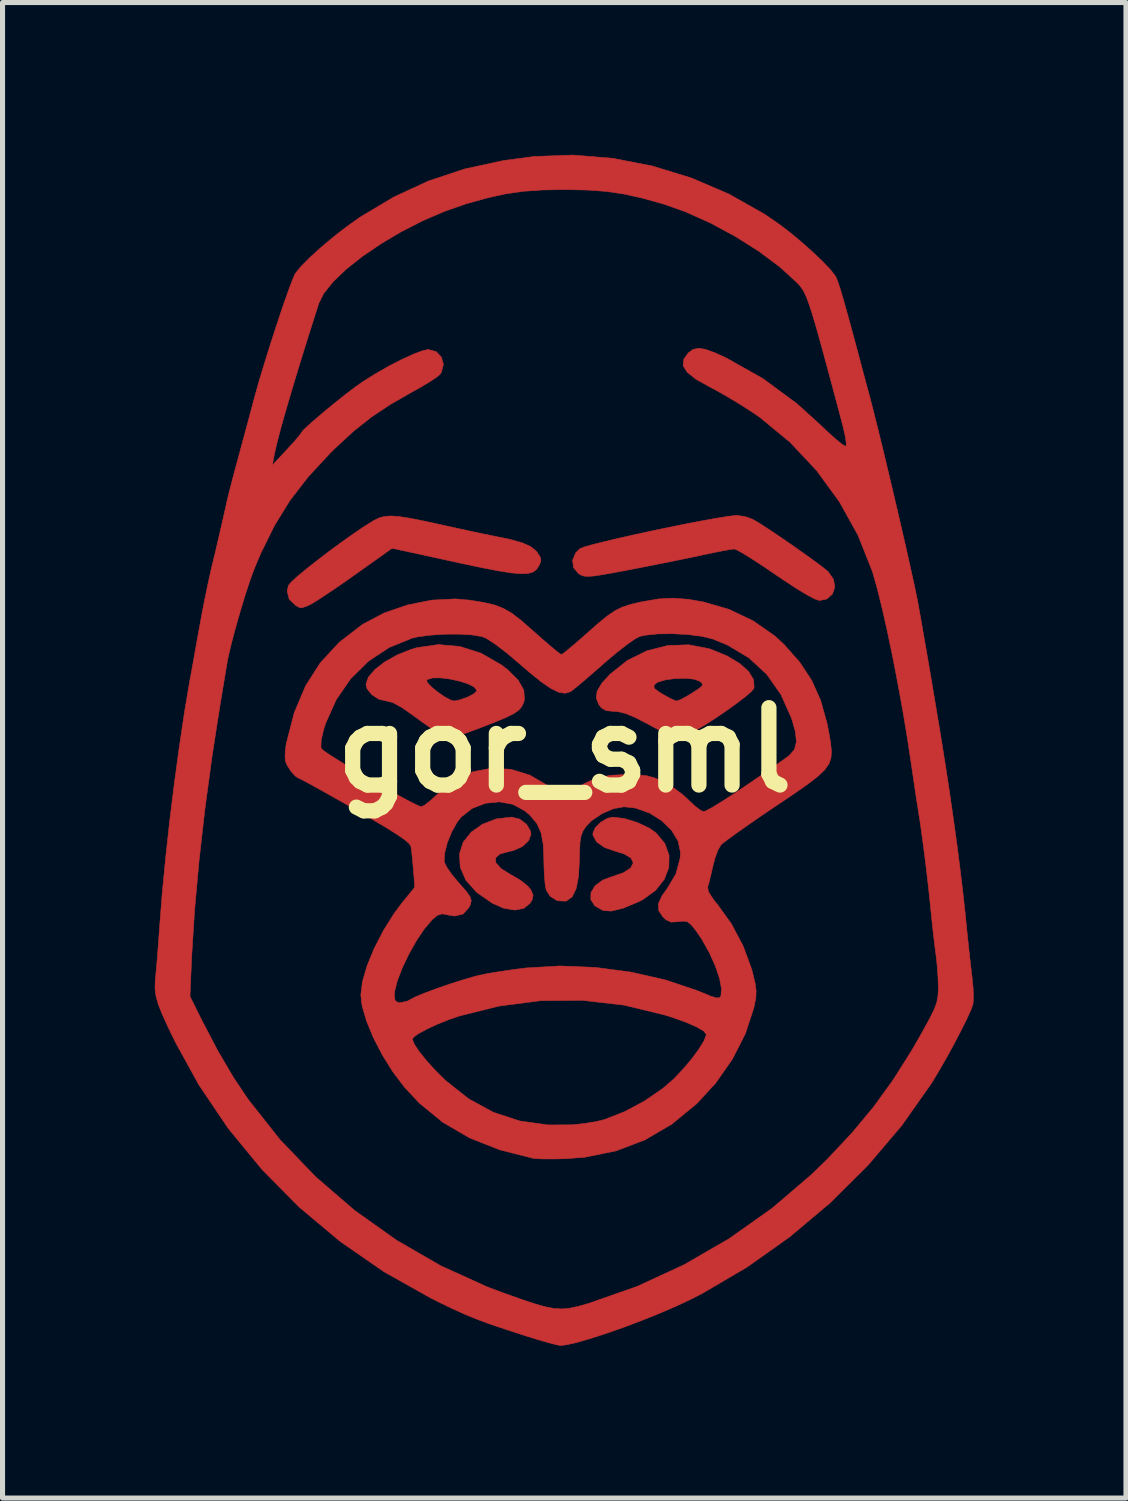
<source format=kicad_pcb>
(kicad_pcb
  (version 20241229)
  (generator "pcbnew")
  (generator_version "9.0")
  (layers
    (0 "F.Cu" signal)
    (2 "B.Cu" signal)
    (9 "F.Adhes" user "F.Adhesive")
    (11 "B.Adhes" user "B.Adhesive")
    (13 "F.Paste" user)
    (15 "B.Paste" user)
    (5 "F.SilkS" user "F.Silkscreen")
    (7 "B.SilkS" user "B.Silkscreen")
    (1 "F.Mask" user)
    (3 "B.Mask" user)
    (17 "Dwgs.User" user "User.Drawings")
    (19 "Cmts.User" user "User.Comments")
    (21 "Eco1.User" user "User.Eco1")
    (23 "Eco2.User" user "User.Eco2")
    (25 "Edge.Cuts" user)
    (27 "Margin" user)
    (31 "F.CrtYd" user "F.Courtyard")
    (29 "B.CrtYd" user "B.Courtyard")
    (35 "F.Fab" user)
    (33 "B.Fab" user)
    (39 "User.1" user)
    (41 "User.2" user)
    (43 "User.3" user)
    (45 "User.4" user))
  (footprint "gor_sml"
    (layer "F.Cu")
    (at 8.072 11.728)
    (property "Reference" "gor_sml" (at 0 0 0) (layer "F.SilkS") (effects (font (size 1.524 1.524) (thickness 0.3))))
    (attr through_hole)
    (fp_poly (pts (xy -0.883 1.361) (xy -0.748 1.463) (xy -0.669 1.597) (xy -0.66 1.658) (xy -0.707 1.787) (xy -0.83 1.901) (xy -1.005 1.98) (xy -1.088 1.998) (xy -1.271 2.048) (xy -1.359 2.125) (xy -1.352 2.222) (xy -1.25 2.335) (xy -1.055 2.458) (xy -1.028 2.471) (xy -0.861 2.571) (xy -0.726 2.678) (xy -0.665 2.75) (xy -0.619 2.856) (xy -0.634 2.943) (xy -0.677 3.017) (xy -0.802 3.12) (xy -0.982 3.153) (xy -1.2 3.116) (xy -1.422 3.018) (xy -1.731 2.803) (xy -1.942 2.567) (xy -2.054 2.309) (xy -2.069 2.044) (xy -1.995 1.815) (xy -1.837 1.617) (xy -1.614 1.46) (xy -1.343 1.357) (xy -1.041 1.321) (xy -0.883 1.361)) (stroke (width 0.01) (type solid)) (fill yes) (layer "F.Cu"))
    (fp_poly (pts (xy 1.185 1.351) (xy 1.441 1.43) (xy 1.674 1.541) (xy 1.801 1.63) (xy 1.977 1.841) (xy 2.061 2.074) (xy 2.056 2.314) (xy 1.966 2.549) (xy 1.795 2.764) (xy 1.546 2.945) (xy 1.463 2.988) (xy 1.159 3.115) (xy 0.923 3.173) (xy 0.762 3.162) (xy 0.598 3.07) (xy 0.519 2.947) (xy 0.522 2.81) (xy 0.6 2.677) (xy 0.752 2.563) (xy 0.928 2.497) (xy 1.162 2.417) (xy 1.305 2.323) (xy 1.355 2.224) (xy 1.311 2.128) (xy 1.172 2.045) (xy 1.011 1.997) (xy 0.79 1.921) (xy 0.635 1.811) (xy 0.562 1.681) (xy 0.559 1.643) (xy 0.602 1.535) (xy 0.708 1.427) (xy 0.843 1.346) (xy 0.954 1.321) (xy 1.185 1.351)) (stroke (width 0.01) (type solid)) (fill yes) (layer "F.Cu"))
    (fp_poly (pts (xy -3.249 -4.599) (xy -3.032 -4.565) (xy -2.745 -4.507) (xy -2.429 -4.438) (xy -2.133 -4.373) (xy -1.854 -4.312) (xy -1.615 -4.261) (xy -1.438 -4.225) (xy -1.372 -4.212) (xy -1.058 -4.147) (xy -0.829 -4.082) (xy -0.671 -4.011) (xy -0.565 -3.927) (xy -0.539 -3.897) (xy -0.472 -3.792) (xy -0.466 -3.713) (xy -0.511 -3.617) (xy -0.559 -3.551) (xy -0.627 -3.504) (xy -0.724 -3.479) (xy -0.862 -3.474) (xy -1.052 -3.491) (xy -1.305 -3.531) (xy -1.631 -3.594) (xy -2.041 -3.68) (xy -2.186 -3.712) (xy -3.397 -3.976) (xy -4.153 -3.438) (xy -4.404 -3.262) (xy -4.636 -3.104) (xy -4.833 -2.974) (xy -4.977 -2.885) (xy -5.049 -2.847) (xy -5.151 -2.809) (xy -5.205 -2.802) (xy -5.259 -2.827) (xy -5.295 -2.849) (xy -5.424 -2.972) (xy -5.464 -3.131) (xy -5.439 -3.243) (xy -5.382 -3.311) (xy -5.258 -3.424) (xy -5.08 -3.571) (xy -4.865 -3.741) (xy -4.629 -3.921) (xy -4.385 -4.1) (xy -4.15 -4.267) (xy -3.94 -4.409) (xy -3.769 -4.515) (xy -3.739 -4.532) (xy -3.642 -4.577) (xy -3.539 -4.604) (xy -3.413 -4.612) (xy -3.249 -4.599)) (stroke (width 0.01) (type solid)) (fill yes) (layer "F.Cu"))
    (fp_poly (pts (xy 3.567 -4.598) (xy 3.707 -4.547) (xy 3.824 -4.479) (xy 4 -4.365) (xy 4.216 -4.221) (xy 4.451 -4.06) (xy 4.686 -3.895) (xy 4.899 -3.742) (xy 5.072 -3.614) (xy 5.183 -3.525) (xy 5.194 -3.515) (xy 5.3 -3.365) (xy 5.326 -3.209) (xy 5.279 -3.072) (xy 5.167 -2.976) (xy 5.023 -2.946) (xy 4.933 -2.976) (xy 4.774 -3.06) (xy 4.555 -3.193) (xy 4.289 -3.368) (xy 4.163 -3.454) (xy 3.92 -3.619) (xy 3.701 -3.762) (xy 3.522 -3.873) (xy 3.398 -3.942) (xy 3.348 -3.962) (xy 3.267 -3.952) (xy 3.111 -3.924) (xy 2.904 -3.882) (xy 2.713 -3.842) (xy 2.465 -3.789) (xy 2.151 -3.725) (xy 1.802 -3.655) (xy 1.452 -3.586) (xy 1.286 -3.554) (xy 0.97 -3.495) (xy 0.738 -3.453) (xy 0.574 -3.429) (xy 0.461 -3.421) (xy 0.385 -3.427) (xy 0.328 -3.446) (xy 0.279 -3.475) (xy 0.179 -3.592) (xy 0.16 -3.739) (xy 0.221 -3.885) (xy 0.305 -3.968) (xy 0.384 -4) (xy 0.547 -4.046) (xy 0.779 -4.105) (xy 1.064 -4.172) (xy 1.386 -4.245) (xy 1.73 -4.319) (xy 2.08 -4.392) (xy 2.421 -4.461) (xy 2.736 -4.521) (xy 3.01 -4.57) (xy 3.228 -4.605) (xy 3.374 -4.622) (xy 3.402 -4.623) (xy 3.567 -4.598)) (stroke (width 0.01) (type solid)) (fill yes) (layer "F.Cu"))
    (fp_poly (pts (xy 2.857 -1.995) (xy 2.887 -1.985) (xy 3.198 -1.857) (xy 3.448 -1.708) (xy 3.628 -1.548) (xy 3.727 -1.385) (xy 3.736 -1.228) (xy 3.733 -1.215) (xy 3.68 -1.151) (xy 3.559 -1.047) (xy 3.388 -0.917) (xy 3.188 -0.773) (xy 2.975 -0.628) (xy 2.769 -0.496) (xy 2.59 -0.39) (xy 2.46 -0.325) (xy 2.338 -0.28) (xy 2.232 -0.264) (xy 2.119 -0.282) (xy 1.976 -0.338) (xy 1.779 -0.438) (xy 1.651 -0.508) (xy 1.399 -0.639) (xy 1.208 -0.719) (xy 1.055 -0.756) (xy 0.979 -0.761) (xy 0.824 -0.776) (xy 0.729 -0.829) (xy 0.681 -0.889) (xy 0.626 -1.023) (xy 0.644 -1.163) (xy 0.701 -1.257) (xy 1.758 -1.257) (xy 1.778 -1.208) (xy 1.866 -1.142) (xy 1.938 -1.099) (xy 2.075 -1.022) (xy 2.18 -0.974) (xy 2.213 -0.966) (xy 2.282 -0.991) (xy 2.405 -1.057) (xy 2.515 -1.123) (xy 2.653 -1.213) (xy 2.715 -1.269) (xy 2.715 -1.311) (xy 2.665 -1.356) (xy 2.665 -1.356) (xy 2.552 -1.397) (xy 2.377 -1.413) (xy 2.177 -1.408) (xy 1.987 -1.382) (xy 1.842 -1.339) (xy 1.794 -1.308) (xy 1.758 -1.257) (xy 0.701 -1.257) (xy 0.741 -1.323) (xy 0.899 -1.495) (xy 1.24 -1.766) (xy 1.623 -1.955) (xy 2.032 -2.059) (xy 2.448 -2.074) (xy 2.857 -1.995)) (stroke (width 0.01) (type solid)) (fill yes) (layer "F.Cu"))
    (fp_poly (pts (xy -2.059 -2.04) (xy -1.643 -1.907) (xy -1.247 -1.68) (xy -1.126 -1.588) (xy -0.913 -1.378) (xy -0.801 -1.179) (xy -0.789 -0.988) (xy -0.81 -0.922) (xy -0.848 -0.847) (xy -0.906 -0.782) (xy -0.998 -0.719) (xy -1.138 -0.648) (xy -1.343 -0.562) (xy -1.626 -0.451) (xy -1.673 -0.433) (xy -1.916 -0.343) (xy -2.088 -0.288) (xy -2.211 -0.265) (xy -2.31 -0.27) (xy -2.407 -0.299) (xy -2.427 -0.307) (xy -2.516 -0.356) (xy -2.661 -0.452) (xy -2.839 -0.578) (xy -2.949 -0.659) (xy -3.198 -0.834) (xy -3.384 -0.936) (xy -3.5 -0.965) (xy -3.656 -1.001) (xy -3.797 -1.091) (xy -3.891 -1.21) (xy -3.912 -1.292) (xy -3.885 -1.373) (xy -2.717 -1.373) (xy -2.696 -1.321) (xy -2.613 -1.236) (xy -2.493 -1.139) (xy -2.362 -1.049) (xy -2.245 -0.986) (xy -2.178 -0.966) (xy -2.079 -0.984) (xy -1.94 -1.031) (xy -1.911 -1.042) (xy -1.794 -1.103) (xy -1.731 -1.16) (xy -1.727 -1.172) (xy -1.774 -1.238) (xy -1.895 -1.302) (xy -2.065 -1.357) (xy -2.257 -1.399) (xy -2.445 -1.422) (xy -2.602 -1.42) (xy -2.702 -1.389) (xy -2.717 -1.373) (xy -3.885 -1.373) (xy -3.865 -1.434) (xy -3.736 -1.586) (xy -3.542 -1.736) (xy -3.299 -1.873) (xy -3.024 -1.983) (xy -2.908 -2.017) (xy -2.484 -2.078) (xy -2.059 -2.04)) (stroke (width 0.01) (type solid)) (fill yes) (layer "F.Cu"))
    (fp_poly (pts (xy 0.95 -11.659) (xy 1.733 -11.507) (xy 2.501 -11.271) (xy 3.239 -10.955) (xy 3.933 -10.563) (xy 4.206 -10.377) (xy 4.43 -10.208) (xy 4.663 -10.015) (xy 4.888 -9.815) (xy 5.088 -9.625) (xy 5.244 -9.46) (xy 5.338 -9.338) (xy 5.346 -9.325) (xy 5.377 -9.252) (xy 5.42 -9.127) (xy 5.476 -8.941) (xy 5.549 -8.685) (xy 5.641 -8.351) (xy 5.755 -7.929) (xy 5.79 -7.798) (xy 5.86 -7.535) (xy 5.93 -7.272) (xy 5.991 -7.047) (xy 6.021 -6.934) (xy 6.084 -6.693) (xy 6.162 -6.379) (xy 6.253 -6.011) (xy 6.351 -5.603) (xy 6.453 -5.173) (xy 6.556 -4.735) (xy 6.655 -4.307) (xy 6.747 -3.904) (xy 6.828 -3.542) (xy 6.895 -3.238) (xy 6.943 -3.008) (xy 6.96 -2.921) (xy 7.035 -2.502) (xy 7.117 -2.03) (xy 7.204 -1.528) (xy 7.29 -1.015) (xy 7.374 -0.515) (xy 7.45 -0.049) (xy 7.515 0.362) (xy 7.566 0.696) (xy 7.569 0.711) (xy 7.656 1.311) (xy 7.729 1.835) (xy 7.79 2.308) (xy 7.844 2.755) (xy 7.893 3.199) (xy 7.926 3.531) (xy 7.955 3.811) (xy 7.987 4.104) (xy 8.017 4.365) (xy 8.031 4.479) (xy 8.051 4.687) (xy 8.058 4.875) (xy 8.049 5.004) (xy 8.047 5.012) (xy 8.005 5.128) (xy 7.921 5.312) (xy 7.805 5.543) (xy 7.669 5.804) (xy 7.521 6.073) (xy 7.373 6.331) (xy 7.235 6.559) (xy 7.222 6.579) (xy 6.643 7.4) (xy 5.979 8.182) (xy 5.241 8.916) (xy 4.443 9.588) (xy 3.596 10.189) (xy 2.713 10.707) (xy 2.503 10.815) (xy 2.213 10.952) (xy 1.884 11.094) (xy 1.533 11.235) (xy 1.177 11.37) (xy 0.832 11.491) (xy 0.515 11.594) (xy 0.243 11.673) (xy 0.033 11.72) (xy -0.084 11.732) (xy -0.167 11.716) (xy -0.324 11.675) (xy -0.533 11.614) (xy -0.773 11.54) (xy -0.787 11.535) (xy -1.166 11.412) (xy -1.473 11.308) (xy -1.733 11.212) (xy -1.972 11.114) (xy -2.215 11.003) (xy -2.489 10.871) (xy -2.634 10.798) (xy -3.556 10.28) (xy -4.421 9.681) (xy -5.225 9.007) (xy -5.961 8.263) (xy -6.624 7.456) (xy -7.207 6.591) (xy -7.661 5.766) (xy -7.816 5.447) (xy -7.929 5.199) (xy -8.005 5.005) (xy -8.047 4.854) (xy -7.379 4.854) (xy -7.144 5.327) (xy -6.828 5.931) (xy -6.52 6.454) (xy -6.233 6.883) (xy -5.605 7.678) (xy -4.902 8.41) (xy -4.134 9.072) (xy -3.308 9.659) (xy -2.435 10.163) (xy -1.521 10.578) (xy -1.245 10.682) (xy -0.887 10.81) (xy -0.606 10.905) (xy -0.384 10.969) (xy -0.203 11.003) (xy -0.044 11.012) (xy 0.111 10.996) (xy 0.28 10.959) (xy 0.481 10.902) (xy 0.483 10.901) (xy 1.432 10.568) (xy 2.356 10.141) (xy 3.245 9.627) (xy 4.087 9.031) (xy 4.873 8.36) (xy 5.193 8.047) (xy 5.676 7.531) (xy 6.099 7.021) (xy 6.484 6.487) (xy 6.853 5.901) (xy 7.08 5.503) (xy 7.205 5.272) (xy 7.288 5.102) (xy 7.336 4.969) (xy 7.359 4.846) (xy 7.366 4.708) (xy 7.366 4.675) (xy 7.358 4.446) (xy 7.337 4.186) (xy 7.318 4.023) (xy 7.292 3.827) (xy 7.262 3.568) (xy 7.232 3.285) (xy 7.213 3.099) (xy 7.171 2.699) (xy 7.12 2.264) (xy 7.064 1.828) (xy 7.008 1.426) (xy 6.96 1.118) (xy 6.933 0.95) (xy 6.898 0.716) (xy 6.859 0.451) (xy 6.83 0.254) (xy 6.753 -0.254) (xy 6.664 -0.786) (xy 6.566 -1.323) (xy 6.464 -1.849) (xy 6.36 -2.346) (xy 6.258 -2.797) (xy 6.162 -3.185) (xy 6.075 -3.491) (xy 6.062 -3.531) (xy 5.784 -4.23) (xy 5.416 -4.893) (xy 4.968 -5.507) (xy 4.447 -6.062) (xy 3.864 -6.544) (xy 3.733 -6.636) (xy 3.487 -6.795) (xy 3.214 -6.96) (xy 2.959 -7.104) (xy 2.86 -7.156) (xy 2.591 -7.306) (xy 2.419 -7.443) (xy 2.339 -7.571) (xy 2.348 -7.697) (xy 2.438 -7.823) (xy 2.531 -7.892) (xy 2.639 -7.917) (xy 2.782 -7.894) (xy 2.977 -7.822) (xy 3.19 -7.724) (xy 3.906 -7.321) (xy 4.574 -6.829) (xy 5.003 -6.442) (xy 5.188 -6.266) (xy 5.348 -6.123) (xy 5.469 -6.025) (xy 5.538 -5.983) (xy 5.546 -5.983) (xy 5.552 -6.046) (xy 5.532 -6.181) (xy 5.492 -6.359) (xy 5.482 -6.401) (xy 5.33 -6.972) (xy 5.201 -7.453) (xy 5.093 -7.852) (xy 5.003 -8.179) (xy 4.927 -8.442) (xy 4.864 -8.649) (xy 4.811 -8.809) (xy 4.764 -8.931) (xy 4.722 -9.022) (xy 4.681 -9.091) (xy 4.638 -9.147) (xy 4.592 -9.199) (xy 4.58 -9.211) (xy 4.244 -9.518) (xy 3.833 -9.825) (xy 3.369 -10.118) (xy 2.879 -10.383) (xy 2.387 -10.604) (xy 1.949 -10.759) (xy 1.532 -10.875) (xy 1.168 -10.956) (xy 0.818 -11.007) (xy 0.444 -11.034) (xy 0.007 -11.042) (xy 0 -11.042) (xy -0.437 -11.035) (xy -0.813 -11.009) (xy -1.165 -10.958) (xy -1.531 -10.876) (xy -1.933 -10.764) (xy -2.359 -10.616) (xy -2.789 -10.431) (xy -3.212 -10.215) (xy -3.612 -9.978) (xy -3.979 -9.729) (xy -4.299 -9.476) (xy -4.559 -9.227) (xy -4.746 -8.993) (xy -4.841 -8.801) (xy -5.037 -8.185) (xy -5.213 -7.619) (xy -5.367 -7.111) (xy -5.497 -6.668) (xy -5.601 -6.299) (xy -5.675 -6.01) (xy -5.718 -5.817) (xy -5.755 -5.613) (xy -5.47 -5.918) (xy -5.338 -6.062) (xy -5.238 -6.178) (xy -5.187 -6.246) (xy -5.183 -6.255) (xy -5.145 -6.304) (xy -5.042 -6.401) (xy -4.892 -6.533) (xy -4.71 -6.687) (xy -4.513 -6.848) (xy -4.317 -7.004) (xy -4.138 -7.14) (xy -3.993 -7.244) (xy -3.988 -7.247) (xy -3.735 -7.407) (xy -3.47 -7.559) (xy -3.211 -7.693) (xy -2.978 -7.799) (xy -2.792 -7.869) (xy -2.68 -7.891) (xy -2.526 -7.849) (xy -2.424 -7.74) (xy -2.386 -7.595) (xy -2.426 -7.441) (xy -2.451 -7.403) (xy -2.521 -7.345) (xy -2.658 -7.254) (xy -2.843 -7.144) (xy -2.997 -7.058) (xy -3.434 -6.808) (xy -3.809 -6.558) (xy -4.157 -6.281) (xy -4.514 -5.952) (xy -4.623 -5.844) (xy -5.052 -5.381) (xy -5.409 -4.918) (xy -5.714 -4.424) (xy -5.986 -3.872) (xy -6.111 -3.575) (xy -6.195 -3.346) (xy -6.291 -3.055) (xy -6.39 -2.728) (xy -6.485 -2.395) (xy -6.567 -2.084) (xy -6.628 -1.822) (xy -6.651 -1.702) (xy -6.683 -1.506) (xy -6.725 -1.256) (xy -6.768 -0.998) (xy -6.78 -0.929) (xy -6.944 0.124) (xy -7.085 1.167) (xy -7.2 2.18) (xy -7.287 3.142) (xy -7.343 4.031) (xy -7.347 4.116) (xy -7.379 4.854) (xy -8.047 4.854) (xy -8.049 4.847) (xy -8.067 4.706) (xy -8.065 4.565) (xy -8.057 4.477) (xy -8.042 4.32) (xy -8.022 4.089) (xy -8.001 3.814) (xy -7.98 3.522) (xy -7.975 3.454) (xy -7.926 2.826) (xy -7.859 2.132) (xy -7.779 1.4) (xy -7.687 0.657) (xy -7.588 -0.07) (xy -7.486 -0.752) (xy -7.383 -1.363) (xy -7.372 -1.422) (xy -7.343 -1.578) (xy -7.302 -1.805) (xy -7.254 -2.075) (xy -7.203 -2.361) (xy -7.193 -2.413) (xy -7.137 -2.718) (xy -7.075 -3.031) (xy -7.015 -3.318) (xy -6.965 -3.543) (xy -6.962 -3.556) (xy -6.877 -3.909) (xy -6.793 -4.269) (xy -6.717 -4.601) (xy -6.657 -4.87) (xy -6.656 -4.877) (xy -6.626 -5.004) (xy -6.577 -5.197) (xy -6.518 -5.423) (xy -6.487 -5.537) (xy -6.357 -6.02) (xy -6.238 -6.459) (xy -6.118 -6.908) (xy -6.097 -6.985) (xy -6.024 -7.244) (xy -5.935 -7.543) (xy -5.835 -7.866) (xy -5.729 -8.196) (xy -5.624 -8.517) (xy -5.524 -8.812) (xy -5.435 -9.064) (xy -5.362 -9.257) (xy -5.312 -9.374) (xy -5.302 -9.391) (xy -5.193 -9.526) (xy -5.019 -9.702) (xy -4.797 -9.903) (xy -4.547 -10.113) (xy -4.287 -10.315) (xy -4.036 -10.493) (xy -4.026 -10.5) (xy -3.359 -10.898) (xy -2.677 -11.213) (xy -1.962 -11.45) (xy -1.196 -11.616) (xy -0.597 -11.695) (xy 0.169 -11.723) (xy 0.95 -11.659)) (stroke (width 0.01) (type solid)) (fill yes) (layer "F.Cu"))
    (fp_poly (pts (xy 2.438 -2.97) (xy 2.733 -2.919) (xy 3.24 -2.773) (xy 3.716 -2.546) (xy 4.139 -2.252) (xy 4.325 -2.081) (xy 4.638 -1.727) (xy 4.874 -1.367) (xy 5.048 -0.975) (xy 5.174 -0.523) (xy 5.213 -0.319) (xy 5.245 -0.129) (xy 5.26 0.025) (xy 5.251 0.156) (xy 5.209 0.274) (xy 5.126 0.391) (xy 4.994 0.517) (xy 4.803 0.665) (xy 4.547 0.845) (xy 4.215 1.069) (xy 4.157 1.107) (xy 3.872 1.3) (xy 3.612 1.48) (xy 3.389 1.637) (xy 3.217 1.762) (xy 3.109 1.845) (xy 3.083 1.869) (xy 3.023 1.972) (xy 2.963 2.137) (xy 2.922 2.294) (xy 2.881 2.475) (xy 2.844 2.623) (xy 2.821 2.698) (xy 2.836 2.791) (xy 2.931 2.941) (xy 3.017 3.047) (xy 3.29 3.426) (xy 3.521 3.863) (xy 3.687 4.315) (xy 3.706 4.387) (xy 3.755 4.591) (xy 3.776 4.74) (xy 3.771 4.874) (xy 3.74 5.036) (xy 3.73 5.082) (xy 3.564 5.589) (xy 3.309 6.09) (xy 2.977 6.564) (xy 2.606 6.967) (xy 2.113 7.372) (xy 1.583 7.682) (xy 1.015 7.898) (xy 0.405 8.022) (xy 0.025 8.052) (xy -0.206 8.057) (xy -0.411 8.057) (xy -0.56 8.051) (xy -0.61 8.046) (xy -1.276 7.877) (xy -1.87 7.642) (xy -2.395 7.336) (xy -2.859 6.957) (xy -3.154 6.641) (xy -3.382 6.34) (xy -3.589 6.007) (xy -3.751 5.694) (xy -2.997 5.694) (xy -2.962 5.792) (xy -2.864 5.94) (xy -2.718 6.122) (xy -2.538 6.32) (xy -2.343 6.512) (xy -1.887 6.873) (xy -1.401 7.138) (xy -0.88 7.309) (xy -0.32 7.387) (xy 0.152 7.384) (xy 0.384 7.36) (xy 0.616 7.322) (xy 0.787 7.281) (xy 1.187 7.124) (xy 1.586 6.91) (xy 1.946 6.661) (xy 2.151 6.483) (xy 2.336 6.288) (xy 2.508 6.084) (xy 2.65 5.891) (xy 2.75 5.728) (xy 2.793 5.614) (xy 2.794 5.603) (xy 2.746 5.539) (xy 2.611 5.459) (xy 2.4 5.366) (xy 2.124 5.267) (xy 1.981 5.222) (xy 1.175 5.026) (xy 0.358 4.932) (xy -0.463 4.938) (xy -1.286 5.044) (xy -2.062 5.237) (xy -2.289 5.315) (xy -2.514 5.406) (xy -2.717 5.501) (xy -2.877 5.588) (xy -2.976 5.66) (xy -2.997 5.694) (xy -3.751 5.694) (xy -3.766 5.665) (xy -3.902 5.335) (xy -3.988 5.039) (xy -4.012 4.831) (xy -3.353 4.831) (xy -3.337 4.939) (xy -3.275 4.976) (xy -3.237 4.978) (xy -3.101 4.949) (xy -3.021 4.908) (xy -2.921 4.856) (xy -2.746 4.785) (xy -2.522 4.701) (xy -2.272 4.615) (xy -2.02 4.534) (xy -1.789 4.466) (xy -1.687 4.44) (xy -1.519 4.405) (xy -1.283 4.366) (xy -1.011 4.326) (xy -0.762 4.294) (xy -0.091 4.254) (xy 0.61 4.283) (xy 1.314 4.376) (xy 1.992 4.53) (xy 2.615 4.74) (xy 2.696 4.773) (xy 2.881 4.849) (xy 2.993 4.883) (xy 3.054 4.881) (xy 3.082 4.848) (xy 3.094 4.704) (xy 3.055 4.499) (xy 2.972 4.254) (xy 2.854 3.992) (xy 2.709 3.733) (xy 2.597 3.568) (xy 2.497 3.442) (xy 2.421 3.383) (xy 2.332 3.371) (xy 2.247 3.382) (xy 2.104 3.39) (xy 2.003 3.346) (xy 1.937 3.284) (xy 1.856 3.161) (xy 1.85 3.03) (xy 1.921 2.872) (xy 2.03 2.72) (xy 2.195 2.442) (xy 2.278 2.136) (xy 2.286 2.017) (xy 2.238 1.792) (xy 2.108 1.578) (xy 1.913 1.389) (xy 1.672 1.239) (xy 1.402 1.144) (xy 1.174 1.118) (xy 0.966 1.155) (xy 0.739 1.253) (xy 0.535 1.391) (xy 0.423 1.506) (xy 0.364 1.595) (xy 0.327 1.691) (xy 0.306 1.82) (xy 0.297 2.011) (xy 0.295 2.141) (xy 0.278 2.481) (xy 0.231 2.728) (xy 0.153 2.89) (xy 0.042 2.971) (xy 0.024 2.977) (xy -0.14 2.97) (xy -0.282 2.882) (xy -0.358 2.762) (xy -0.38 2.655) (xy -0.396 2.478) (xy -0.405 2.262) (xy -0.406 2.168) (xy -0.418 1.862) (xy -0.461 1.631) (xy -0.543 1.448) (xy -0.675 1.29) (xy -0.78 1.199) (xy -1.015 1.07) (xy -1.282 1.021) (xy -1.557 1.049) (xy -1.816 1.149) (xy -2.032 1.317) (xy -2.11 1.414) (xy -2.221 1.611) (xy -2.309 1.828) (xy -2.362 2.033) (xy -2.37 2.192) (xy -2.366 2.213) (xy -2.317 2.312) (xy -2.218 2.454) (xy -2.089 2.609) (xy -2.082 2.617) (xy -1.942 2.776) (xy -1.864 2.885) (xy -1.837 2.966) (xy -1.853 3.043) (xy -1.881 3.101) (xy -1.998 3.231) (xy -2.162 3.271) (xy -2.29 3.25) (xy -2.412 3.227) (xy -2.504 3.256) (xy -2.603 3.339) (xy -2.755 3.515) (xy -2.913 3.749) (xy -3.063 4.015) (xy -3.194 4.288) (xy -3.293 4.544) (xy -3.347 4.756) (xy -3.353 4.831) (xy -4.012 4.831) (xy -4.013 4.825) (xy -3.98 4.561) (xy -3.888 4.246) (xy -3.746 3.903) (xy -3.565 3.553) (xy -3.356 3.22) (xy -3.202 3.014) (xy -2.949 2.702) (xy -2.977 2.354) (xy -2.994 2.16) (xy -3.012 1.993) (xy -3.026 1.896) (xy -3.058 1.845) (xy -3.143 1.771) (xy -3.289 1.669) (xy -3.502 1.535) (xy -3.791 1.363) (xy -4.12 1.172) (xy -4.42 1.002) (xy -4.69 0.85) (xy -4.918 0.723) (xy -5.092 0.628) (xy -5.2 0.571) (xy -5.229 0.559) (xy -5.297 0.519) (xy -5.384 0.424) (xy -5.461 0.308) (xy -5.499 0.219) (xy -5.506 0.103) (xy -5.491 -0.061) (xy -5.491 -0.062) (xy -4.799 -0.062) (xy -4.789 -0.026) (xy -4.733 0.022) (xy -4.604 0.109) (xy -4.418 0.226) (xy -4.191 0.364) (xy -3.94 0.513) (xy -3.68 0.664) (xy -3.428 0.807) (xy -3.2 0.933) (xy -3.011 1.033) (xy -2.878 1.098) (xy -2.821 1.118) (xy -2.753 1.084) (xy -2.638 0.994) (xy -2.499 0.867) (xy -2.478 0.846) (xy -2.157 0.591) (xy -1.805 0.428) (xy -1.434 0.357) (xy -1.055 0.38) (xy -0.681 0.495) (xy -0.322 0.704) (xy -0.206 0.797) (xy 0.006 0.978) (xy 0.143 0.85) (xy 0.372 0.671) (xy 0.617 0.556) (xy 0.907 0.497) (xy 1.194 0.483) (xy 1.438 0.488) (xy 1.617 0.506) (xy 1.768 0.546) (xy 1.927 0.612) (xy 1.931 0.614) (xy 2.129 0.729) (xy 2.332 0.881) (xy 2.439 0.98) (xy 2.569 1.102) (xy 2.68 1.187) (xy 2.743 1.215) (xy 2.808 1.188) (xy 2.942 1.113) (xy 3.128 0.998) (xy 3.353 0.852) (xy 3.556 0.716) (xy 3.807 0.545) (xy 4.039 0.385) (xy 4.233 0.249) (xy 4.373 0.149) (xy 4.432 0.104) (xy 4.531 -0.011) (xy 4.57 -0.162) (xy 4.549 -0.364) (xy 4.474 -0.625) (xy 4.265 -1.094) (xy 3.986 -1.491) (xy 3.635 -1.815) (xy 3.212 -2.069) (xy 2.919 -2.189) (xy 2.705 -2.241) (xy 2.429 -2.276) (xy 2.127 -2.292) (xy 1.835 -2.288) (xy 1.587 -2.262) (xy 1.487 -2.24) (xy 1.391 -2.19) (xy 1.238 -2.084) (xy 1.048 -1.937) (xy 0.838 -1.762) (xy 0.76 -1.693) (xy 0.556 -1.514) (xy 0.374 -1.357) (xy 0.229 -1.236) (xy 0.138 -1.164) (xy 0.12 -1.151) (xy 0.017 -1.119) (xy -0.106 -1.136) (xy -0.259 -1.208) (xy -0.453 -1.34) (xy -0.699 -1.539) (xy -0.858 -1.676) (xy -1.132 -1.909) (xy -1.36 -2.084) (xy -1.533 -2.196) (xy -1.619 -2.234) (xy -1.819 -2.268) (xy -2.084 -2.284) (xy -2.377 -2.282) (xy -2.664 -2.262) (xy -2.909 -2.227) (xy -3.001 -2.205) (xy -3.456 -2.02) (xy -3.863 -1.75) (xy -4.213 -1.405) (xy -4.497 -0.993) (xy -4.707 -0.524) (xy -4.748 -0.393) (xy -4.793 -0.198) (xy -4.799 -0.062) (xy -5.491 -0.062) (xy -5.479 -0.137) (xy -5.324 -0.736) (xy -5.102 -1.262) (xy -4.809 -1.721) (xy -4.44 -2.12) (xy -3.992 -2.466) (xy -3.966 -2.483) (xy -3.556 -2.699) (xy -3.095 -2.858) (xy -2.616 -2.954) (xy -2.147 -2.978) (xy -1.867 -2.953) (xy -1.592 -2.908) (xy -1.38 -2.859) (xy -1.206 -2.792) (xy -1.041 -2.697) (xy -0.86 -2.558) (xy -0.637 -2.363) (xy -0.603 -2.333) (xy -0.414 -2.166) (xy -0.251 -2.027) (xy -0.13 -1.928) (xy -0.066 -1.882) (xy -0.061 -1.88) (xy -0.012 -1.912) (xy 0.097 -2) (xy 0.249 -2.129) (xy 0.428 -2.287) (xy 0.432 -2.29) (xy 0.664 -2.495) (xy 0.844 -2.642) (xy 0.995 -2.745) (xy 1.139 -2.816) (xy 1.299 -2.869) (xy 1.495 -2.915) (xy 1.525 -2.921) (xy 1.849 -2.977) (xy 2.138 -2.993) (xy 2.438 -2.97)) (stroke (width 0.01) (type solid)) (fill yes) (layer "F.Cu")))
  (gr_rect
    (start -3 -3)
    (end 19.135 26.466)
    (stroke (width 0.1) (type default))
    (fill no)
    (layer "Edge.Cuts")))
</source>
